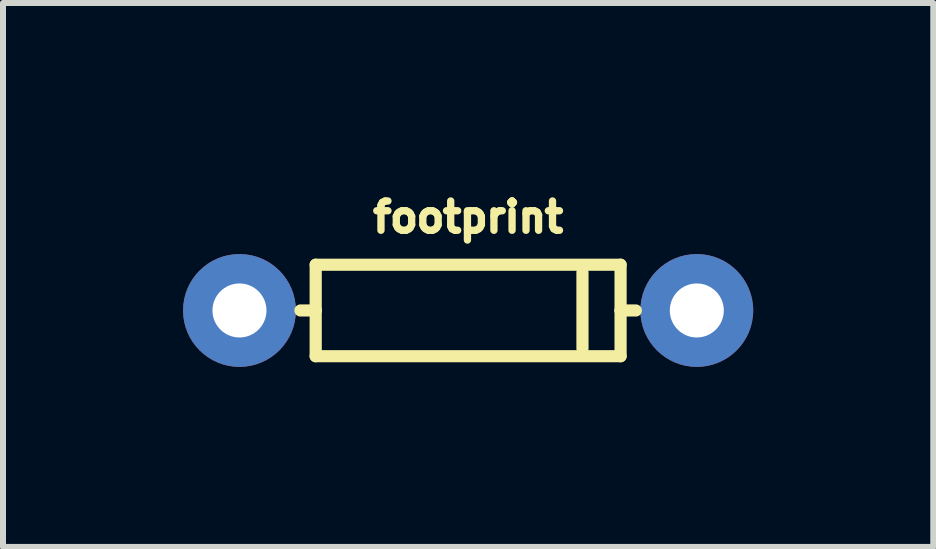
<source format=kicad_pcb>
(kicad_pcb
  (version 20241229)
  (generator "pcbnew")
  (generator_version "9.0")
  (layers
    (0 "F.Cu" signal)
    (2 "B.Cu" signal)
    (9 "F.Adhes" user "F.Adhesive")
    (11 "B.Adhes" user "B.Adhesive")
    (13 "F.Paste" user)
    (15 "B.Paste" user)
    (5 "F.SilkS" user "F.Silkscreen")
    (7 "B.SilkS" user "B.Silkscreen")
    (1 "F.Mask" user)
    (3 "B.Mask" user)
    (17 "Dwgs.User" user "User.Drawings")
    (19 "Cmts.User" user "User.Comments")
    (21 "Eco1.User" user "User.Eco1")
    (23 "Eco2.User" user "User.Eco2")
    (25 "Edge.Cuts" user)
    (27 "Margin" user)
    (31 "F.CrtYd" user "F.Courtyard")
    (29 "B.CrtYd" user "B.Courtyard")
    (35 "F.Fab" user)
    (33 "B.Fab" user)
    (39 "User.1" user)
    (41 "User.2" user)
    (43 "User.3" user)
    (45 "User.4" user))
  (footprint "footprint"
    (layer "F.Cu")
    (at 4.75 2.123)
    (property "Reference" "footprint" (at 0 -1.27 0) (layer "F.SilkS") (effects (font (size 0.488 0.488) (thickness 0.122)) (justify bottom)))
    (fp_circle (center -3.81 0) (end -3.581 0) (stroke (width 0.457) (type solid)) (fill yes) (layer "F.Mask"))
    (fp_circle (center -3.81 0) (end -3.581 0) (stroke (width 0.457) (type solid)) (fill yes) (layer "F.Mask"))
    (fp_circle (center 3.81 0) (end 4.039 0) (stroke (width 0.457) (type solid)) (fill yes) (layer "F.Mask"))
    (fp_circle (center -3.81 0) (end -3.34 0) (stroke (width 0.94) (type solid)) (fill yes) (layer "B.Mask"))
    (fp_circle (center 3.81 0) (end 4.28 0) (stroke (width 0.94) (type solid)) (fill yes) (layer "B.Mask"))
    (fp_line (start -2.54 -0.762) (end 2.54 -0.762) (stroke (width 0.203) (type solid)) (layer "F.SilkS"))
    (fp_line (start -2.54 0) (end -2.794 0) (stroke (width 0.203) (type solid)) (layer "F.SilkS"))
    (fp_line (start -2.54 0) (end -2.54 -0.762) (stroke (width 0.203) (type solid)) (layer "F.SilkS"))
    (fp_line (start -2.54 0.762) (end -2.54 0) (stroke (width 0.203) (type solid)) (layer "F.SilkS"))
    (fp_line (start 1.905 -0.635) (end 1.905 0.635) (stroke (width 0.203) (type solid)) (layer "F.SilkS"))
    (fp_line (start 2.54 -0.762) (end 2.54 0) (stroke (width 0.203) (type solid)) (layer "F.SilkS"))
    (fp_line (start 2.54 0) (end 2.54 0.762) (stroke (width 0.203) (type solid)) (layer "F.SilkS"))
    (fp_line (start 2.54 0) (end 2.794 0) (stroke (width 0.203) (type solid)) (layer "F.SilkS"))
    (fp_line (start 2.54 0.762) (end -2.54 0.762) (stroke (width 0.203) (type solid)) (layer "F.SilkS"))
    (pad "A" thru_hole circle (at -3.81 0) (size 1.88 1.88) (drill 0.9) (layers "*.Cu"))
    (pad "C" thru_hole circle (at 3.81 0) (size 1.88 1.88) (drill 0.9) (layers "*.Cu")))
  (gr_rect
    (start -3 -3)
    (end 12.5 6.063)
    (stroke (width 0.1) (type default))
    (fill no)
    (layer "Edge.Cuts")))
</source>
